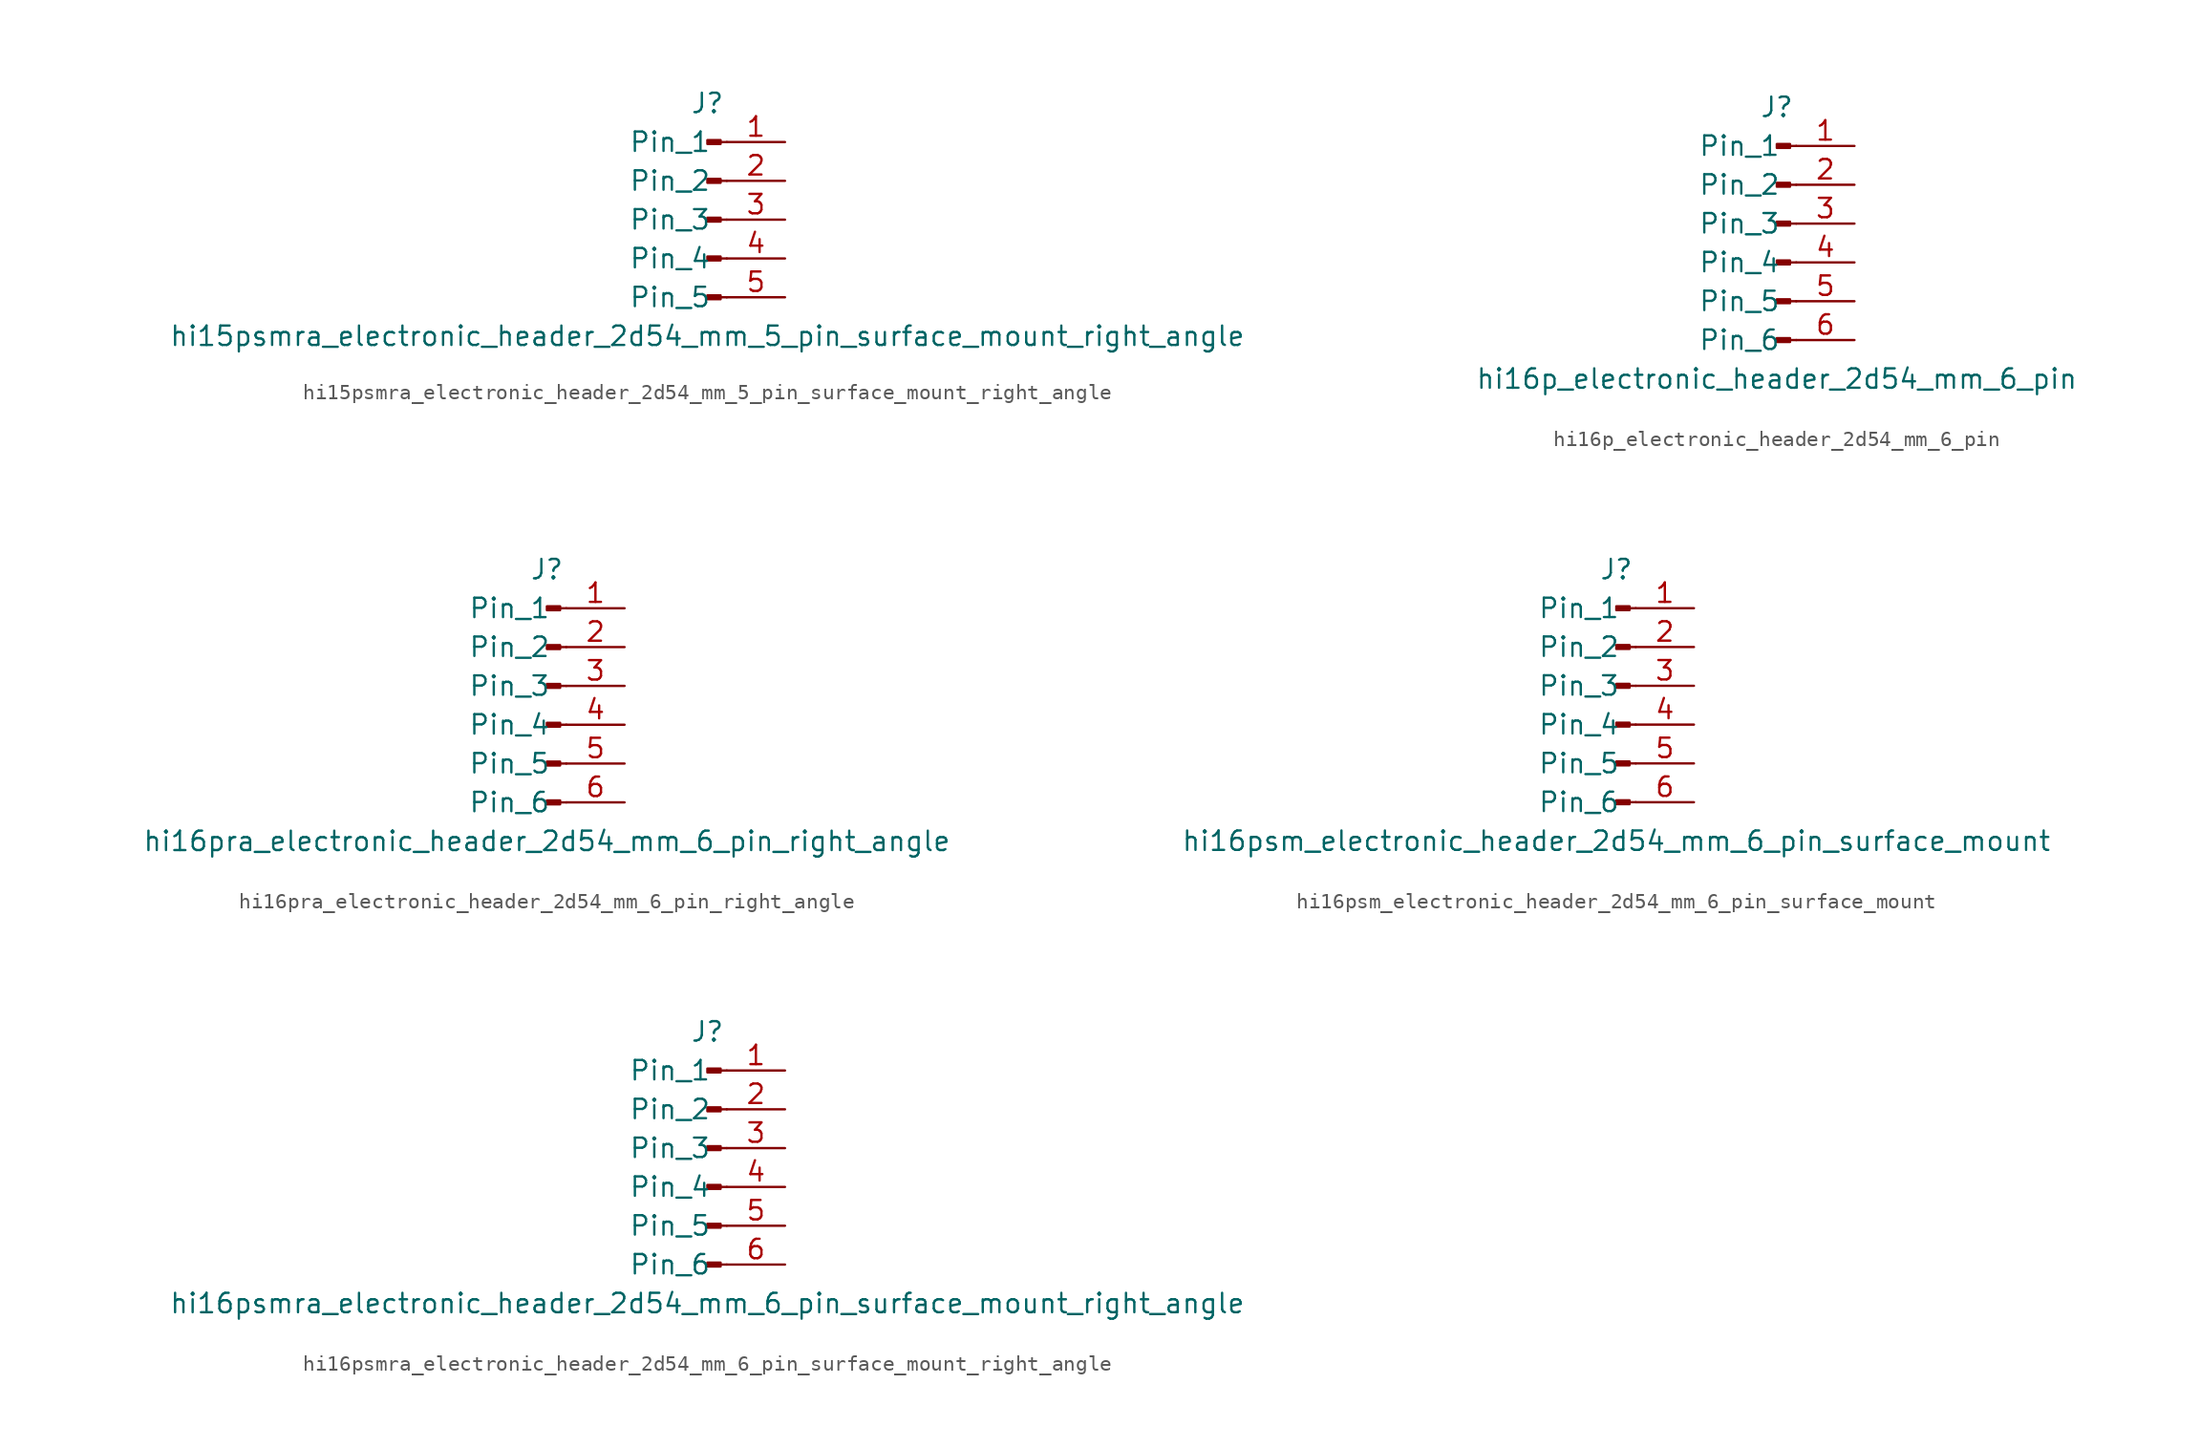
<source format=kicad_sym>
(kicad_symbol_lib
  (version 20220914)
  (generator kicad_symbol_editor)
  (symbol "hi15psmra_electronic_header_2d54_mm_5_pin_surface_mount_right_angle"
    (pin_names
      (offset 1.016))
    (property "Reference" "J"
      (at 0 7.62 0)
      (effects (font (size 1.27 1.27))))
    (property "Value" "hi15psmra_electronic_header_2d54_mm_5_pin_surface_mount_right_angle"
      (at 0 -7.62 0)
      (effects (font (size 1.27 1.27))))
    (property "ki_locked" ""
      (at 0 0 0)
      (effects (font (size 1.27 1.27))))
    (symbol "hi15psmra_electronic_header_2d54_mm_5_pin_surface_mount_right_angle_1_1"
      (polyline (pts (xy 1.27 -5.08) (xy 0.864 -5.08)) (stroke (width 0.152) (type default)) (fill (type none)))
      (polyline (pts (xy 1.27 -2.54) (xy 0.864 -2.54)) (stroke (width 0.152) (type default)) (fill (type none)))
      (polyline (pts (xy 1.27 0) (xy 0.864 0)) (stroke (width 0.152) (type default)) (fill (type none)))
      (polyline (pts (xy 1.27 2.54) (xy 0.864 2.54)) (stroke (width 0.152) (type default)) (fill (type none)))
      (polyline (pts (xy 1.27 5.08) (xy 0.864 5.08)) (stroke (width 0.152) (type default)) (fill (type none)))
      (rectangle (start 0.864 -4.953) (end 0 -5.207) (stroke (width 0.152) (type default)) (fill (type outline)))
      (rectangle (start 0.864 -2.413) (end 0 -2.667) (stroke (width 0.152) (type default)) (fill (type outline)))
      (rectangle (start 0.864 0.127) (end 0 -0.127) (stroke (width 0.152) (type default)) (fill (type outline)))
      (rectangle (start 0.864 2.667) (end 0 2.413) (stroke (width 0.152) (type default)) (fill (type outline)))
      (rectangle (start 0.864 5.207) (end 0 4.953) (stroke (width 0.152) (type default)) (fill (type outline)))
      (pin passive line (at 5.08 5.08 180) (length 3.81) (name "Pin_1" (effects (font (size 1.27 1.27)))) (number "1" (effects (font (size 1.27 1.27)))))
      (pin passive line (at 5.08 2.54 180) (length 3.81) (name "Pin_2" (effects (font (size 1.27 1.27)))) (number "2" (effects (font (size 1.27 1.27)))))
      (pin passive line (at 5.08 0 180) (length 3.81) (name "Pin_3" (effects (font (size 1.27 1.27)))) (number "3" (effects (font (size 1.27 1.27)))))
      (pin passive line (at 5.08 -2.54 180) (length 3.81) (name "Pin_4" (effects (font (size 1.27 1.27)))) (number "4" (effects (font (size 1.27 1.27)))))
      (pin passive line (at 5.08 -5.08 180) (length 3.81) (name "Pin_5" (effects (font (size 1.27 1.27)))) (number "5" (effects (font (size 1.27 1.27)))))))
  (symbol "hi16p_electronic_header_2d54_mm_6_pin"
    (pin_names
      (offset 1.016))
    (property "Reference" "J"
      (at 0 7.62 0)
      (effects (font (size 1.27 1.27))))
    (property "Value" "hi16p_electronic_header_2d54_mm_6_pin"
      (at 0 -10.16 0)
      (effects (font (size 1.27 1.27))))
    (property "ki_locked" ""
      (at 0 0 0)
      (effects (font (size 1.27 1.27))))
    (symbol "hi16p_electronic_header_2d54_mm_6_pin_1_1"
      (polyline (pts (xy 1.27 -7.62) (xy 0.864 -7.62)) (stroke (width 0.152) (type default)) (fill (type none)))
      (polyline (pts (xy 1.27 -5.08) (xy 0.864 -5.08)) (stroke (width 0.152) (type default)) (fill (type none)))
      (polyline (pts (xy 1.27 -2.54) (xy 0.864 -2.54)) (stroke (width 0.152) (type default)) (fill (type none)))
      (polyline (pts (xy 1.27 0) (xy 0.864 0)) (stroke (width 0.152) (type default)) (fill (type none)))
      (polyline (pts (xy 1.27 2.54) (xy 0.864 2.54)) (stroke (width 0.152) (type default)) (fill (type none)))
      (polyline (pts (xy 1.27 5.08) (xy 0.864 5.08)) (stroke (width 0.152) (type default)) (fill (type none)))
      (rectangle (start 0.864 -7.493) (end 0 -7.747) (stroke (width 0.152) (type default)) (fill (type outline)))
      (rectangle (start 0.864 -4.953) (end 0 -5.207) (stroke (width 0.152) (type default)) (fill (type outline)))
      (rectangle (start 0.864 -2.413) (end 0 -2.667) (stroke (width 0.152) (type default)) (fill (type outline)))
      (rectangle (start 0.864 0.127) (end 0 -0.127) (stroke (width 0.152) (type default)) (fill (type outline)))
      (rectangle (start 0.864 2.667) (end 0 2.413) (stroke (width 0.152) (type default)) (fill (type outline)))
      (rectangle (start 0.864 5.207) (end 0 4.953) (stroke (width 0.152) (type default)) (fill (type outline)))
      (pin passive line (at 5.08 5.08 180) (length 3.81) (name "Pin_1" (effects (font (size 1.27 1.27)))) (number "1" (effects (font (size 1.27 1.27)))))
      (pin passive line (at 5.08 2.54 180) (length 3.81) (name "Pin_2" (effects (font (size 1.27 1.27)))) (number "2" (effects (font (size 1.27 1.27)))))
      (pin passive line (at 5.08 0 180) (length 3.81) (name "Pin_3" (effects (font (size 1.27 1.27)))) (number "3" (effects (font (size 1.27 1.27)))))
      (pin passive line (at 5.08 -2.54 180) (length 3.81) (name "Pin_4" (effects (font (size 1.27 1.27)))) (number "4" (effects (font (size 1.27 1.27)))))
      (pin passive line (at 5.08 -5.08 180) (length 3.81) (name "Pin_5" (effects (font (size 1.27 1.27)))) (number "5" (effects (font (size 1.27 1.27)))))
      (pin passive line (at 5.08 -7.62 180) (length 3.81) (name "Pin_6" (effects (font (size 1.27 1.27)))) (number "6" (effects (font (size 1.27 1.27)))))))
  (symbol "hi16pra_electronic_header_2d54_mm_6_pin_right_angle"
    (pin_names
      (offset 1.016))
    (property "Reference" "J"
      (at 0 7.62 0)
      (effects (font (size 1.27 1.27))))
    (property "Value" "hi16pra_electronic_header_2d54_mm_6_pin_right_angle"
      (at 0 -10.16 0)
      (effects (font (size 1.27 1.27))))
    (property "ki_locked" ""
      (at 0 0 0)
      (effects (font (size 1.27 1.27))))
    (symbol "hi16pra_electronic_header_2d54_mm_6_pin_right_angle_1_1"
      (polyline (pts (xy 1.27 -7.62) (xy 0.864 -7.62)) (stroke (width 0.152) (type default)) (fill (type none)))
      (polyline (pts (xy 1.27 -5.08) (xy 0.864 -5.08)) (stroke (width 0.152) (type default)) (fill (type none)))
      (polyline (pts (xy 1.27 -2.54) (xy 0.864 -2.54)) (stroke (width 0.152) (type default)) (fill (type none)))
      (polyline (pts (xy 1.27 0) (xy 0.864 0)) (stroke (width 0.152) (type default)) (fill (type none)))
      (polyline (pts (xy 1.27 2.54) (xy 0.864 2.54)) (stroke (width 0.152) (type default)) (fill (type none)))
      (polyline (pts (xy 1.27 5.08) (xy 0.864 5.08)) (stroke (width 0.152) (type default)) (fill (type none)))
      (rectangle (start 0.864 -7.493) (end 0 -7.747) (stroke (width 0.152) (type default)) (fill (type outline)))
      (rectangle (start 0.864 -4.953) (end 0 -5.207) (stroke (width 0.152) (type default)) (fill (type outline)))
      (rectangle (start 0.864 -2.413) (end 0 -2.667) (stroke (width 0.152) (type default)) (fill (type outline)))
      (rectangle (start 0.864 0.127) (end 0 -0.127) (stroke (width 0.152) (type default)) (fill (type outline)))
      (rectangle (start 0.864 2.667) (end 0 2.413) (stroke (width 0.152) (type default)) (fill (type outline)))
      (rectangle (start 0.864 5.207) (end 0 4.953) (stroke (width 0.152) (type default)) (fill (type outline)))
      (pin passive line (at 5.08 5.08 180) (length 3.81) (name "Pin_1" (effects (font (size 1.27 1.27)))) (number "1" (effects (font (size 1.27 1.27)))))
      (pin passive line (at 5.08 2.54 180) (length 3.81) (name "Pin_2" (effects (font (size 1.27 1.27)))) (number "2" (effects (font (size 1.27 1.27)))))
      (pin passive line (at 5.08 0 180) (length 3.81) (name "Pin_3" (effects (font (size 1.27 1.27)))) (number "3" (effects (font (size 1.27 1.27)))))
      (pin passive line (at 5.08 -2.54 180) (length 3.81) (name "Pin_4" (effects (font (size 1.27 1.27)))) (number "4" (effects (font (size 1.27 1.27)))))
      (pin passive line (at 5.08 -5.08 180) (length 3.81) (name "Pin_5" (effects (font (size 1.27 1.27)))) (number "5" (effects (font (size 1.27 1.27)))))
      (pin passive line (at 5.08 -7.62 180) (length 3.81) (name "Pin_6" (effects (font (size 1.27 1.27)))) (number "6" (effects (font (size 1.27 1.27)))))))
  (symbol "hi16psm_electronic_header_2d54_mm_6_pin_surface_mount"
    (pin_names
      (offset 1.016))
    (property "Reference" "J"
      (at 0 7.62 0)
      (effects (font (size 1.27 1.27))))
    (property "Value" "hi16psm_electronic_header_2d54_mm_6_pin_surface_mount"
      (at 0 -10.16 0)
      (effects (font (size 1.27 1.27))))
    (property "ki_locked" ""
      (at 0 0 0)
      (effects (font (size 1.27 1.27))))
    (symbol "hi16psm_electronic_header_2d54_mm_6_pin_surface_mount_1_1"
      (polyline (pts (xy 1.27 -7.62) (xy 0.864 -7.62)) (stroke (width 0.152) (type default)) (fill (type none)))
      (polyline (pts (xy 1.27 -5.08) (xy 0.864 -5.08)) (stroke (width 0.152) (type default)) (fill (type none)))
      (polyline (pts (xy 1.27 -2.54) (xy 0.864 -2.54)) (stroke (width 0.152) (type default)) (fill (type none)))
      (polyline (pts (xy 1.27 0) (xy 0.864 0)) (stroke (width 0.152) (type default)) (fill (type none)))
      (polyline (pts (xy 1.27 2.54) (xy 0.864 2.54)) (stroke (width 0.152) (type default)) (fill (type none)))
      (polyline (pts (xy 1.27 5.08) (xy 0.864 5.08)) (stroke (width 0.152) (type default)) (fill (type none)))
      (rectangle (start 0.864 -7.493) (end 0 -7.747) (stroke (width 0.152) (type default)) (fill (type outline)))
      (rectangle (start 0.864 -4.953) (end 0 -5.207) (stroke (width 0.152) (type default)) (fill (type outline)))
      (rectangle (start 0.864 -2.413) (end 0 -2.667) (stroke (width 0.152) (type default)) (fill (type outline)))
      (rectangle (start 0.864 0.127) (end 0 -0.127) (stroke (width 0.152) (type default)) (fill (type outline)))
      (rectangle (start 0.864 2.667) (end 0 2.413) (stroke (width 0.152) (type default)) (fill (type outline)))
      (rectangle (start 0.864 5.207) (end 0 4.953) (stroke (width 0.152) (type default)) (fill (type outline)))
      (pin passive line (at 5.08 5.08 180) (length 3.81) (name "Pin_1" (effects (font (size 1.27 1.27)))) (number "1" (effects (font (size 1.27 1.27)))))
      (pin passive line (at 5.08 2.54 180) (length 3.81) (name "Pin_2" (effects (font (size 1.27 1.27)))) (number "2" (effects (font (size 1.27 1.27)))))
      (pin passive line (at 5.08 0 180) (length 3.81) (name "Pin_3" (effects (font (size 1.27 1.27)))) (number "3" (effects (font (size 1.27 1.27)))))
      (pin passive line (at 5.08 -2.54 180) (length 3.81) (name "Pin_4" (effects (font (size 1.27 1.27)))) (number "4" (effects (font (size 1.27 1.27)))))
      (pin passive line (at 5.08 -5.08 180) (length 3.81) (name "Pin_5" (effects (font (size 1.27 1.27)))) (number "5" (effects (font (size 1.27 1.27)))))
      (pin passive line (at 5.08 -7.62 180) (length 3.81) (name "Pin_6" (effects (font (size 1.27 1.27)))) (number "6" (effects (font (size 1.27 1.27)))))))
  (symbol "hi16psmra_electronic_header_2d54_mm_6_pin_surface_mount_right_angle"
    (pin_names
      (offset 1.016))
    (property "Reference" "J"
      (at 0 7.62 0)
      (effects (font (size 1.27 1.27))))
    (property "Value" "hi16psmra_electronic_header_2d54_mm_6_pin_surface_mount_right_angle"
      (at 0 -10.16 0)
      (effects (font (size 1.27 1.27))))
    (property "ki_locked" ""
      (at 0 0 0)
      (effects (font (size 1.27 1.27))))
    (symbol "hi16psmra_electronic_header_2d54_mm_6_pin_surface_mount_right_angle_1_1"
      (polyline (pts (xy 1.27 -7.62) (xy 0.864 -7.62)) (stroke (width 0.152) (type default)) (fill (type none)))
      (polyline (pts (xy 1.27 -5.08) (xy 0.864 -5.08)) (stroke (width 0.152) (type default)) (fill (type none)))
      (polyline (pts (xy 1.27 -2.54) (xy 0.864 -2.54)) (stroke (width 0.152) (type default)) (fill (type none)))
      (polyline (pts (xy 1.27 0) (xy 0.864 0)) (stroke (width 0.152) (type default)) (fill (type none)))
      (polyline (pts (xy 1.27 2.54) (xy 0.864 2.54)) (stroke (width 0.152) (type default)) (fill (type none)))
      (polyline (pts (xy 1.27 5.08) (xy 0.864 5.08)) (stroke (width 0.152) (type default)) (fill (type none)))
      (rectangle (start 0.864 -7.493) (end 0 -7.747) (stroke (width 0.152) (type default)) (fill (type outline)))
      (rectangle (start 0.864 -4.953) (end 0 -5.207) (stroke (width 0.152) (type default)) (fill (type outline)))
      (rectangle (start 0.864 -2.413) (end 0 -2.667) (stroke (width 0.152) (type default)) (fill (type outline)))
      (rectangle (start 0.864 0.127) (end 0 -0.127) (stroke (width 0.152) (type default)) (fill (type outline)))
      (rectangle (start 0.864 2.667) (end 0 2.413) (stroke (width 0.152) (type default)) (fill (type outline)))
      (rectangle (start 0.864 5.207) (end 0 4.953) (stroke (width 0.152) (type default)) (fill (type outline)))
      (pin passive line (at 5.08 5.08 180) (length 3.81) (name "Pin_1" (effects (font (size 1.27 1.27)))) (number "1" (effects (font (size 1.27 1.27)))))
      (pin passive line (at 5.08 2.54 180) (length 3.81) (name "Pin_2" (effects (font (size 1.27 1.27)))) (number "2" (effects (font (size 1.27 1.27)))))
      (pin passive line (at 5.08 0 180) (length 3.81) (name "Pin_3" (effects (font (size 1.27 1.27)))) (number "3" (effects (font (size 1.27 1.27)))))
      (pin passive line (at 5.08 -2.54 180) (length 3.81) (name "Pin_4" (effects (font (size 1.27 1.27)))) (number "4" (effects (font (size 1.27 1.27)))))
      (pin passive line (at 5.08 -5.08 180) (length 3.81) (name "Pin_5" (effects (font (size 1.27 1.27)))) (number "5" (effects (font (size 1.27 1.27)))))
      (pin passive line (at 5.08 -7.62 180) (length 3.81) (name "Pin_6" (effects (font (size 1.27 1.27)))) (number "6" (effects (font (size 1.27 1.27))))))))
</source>
